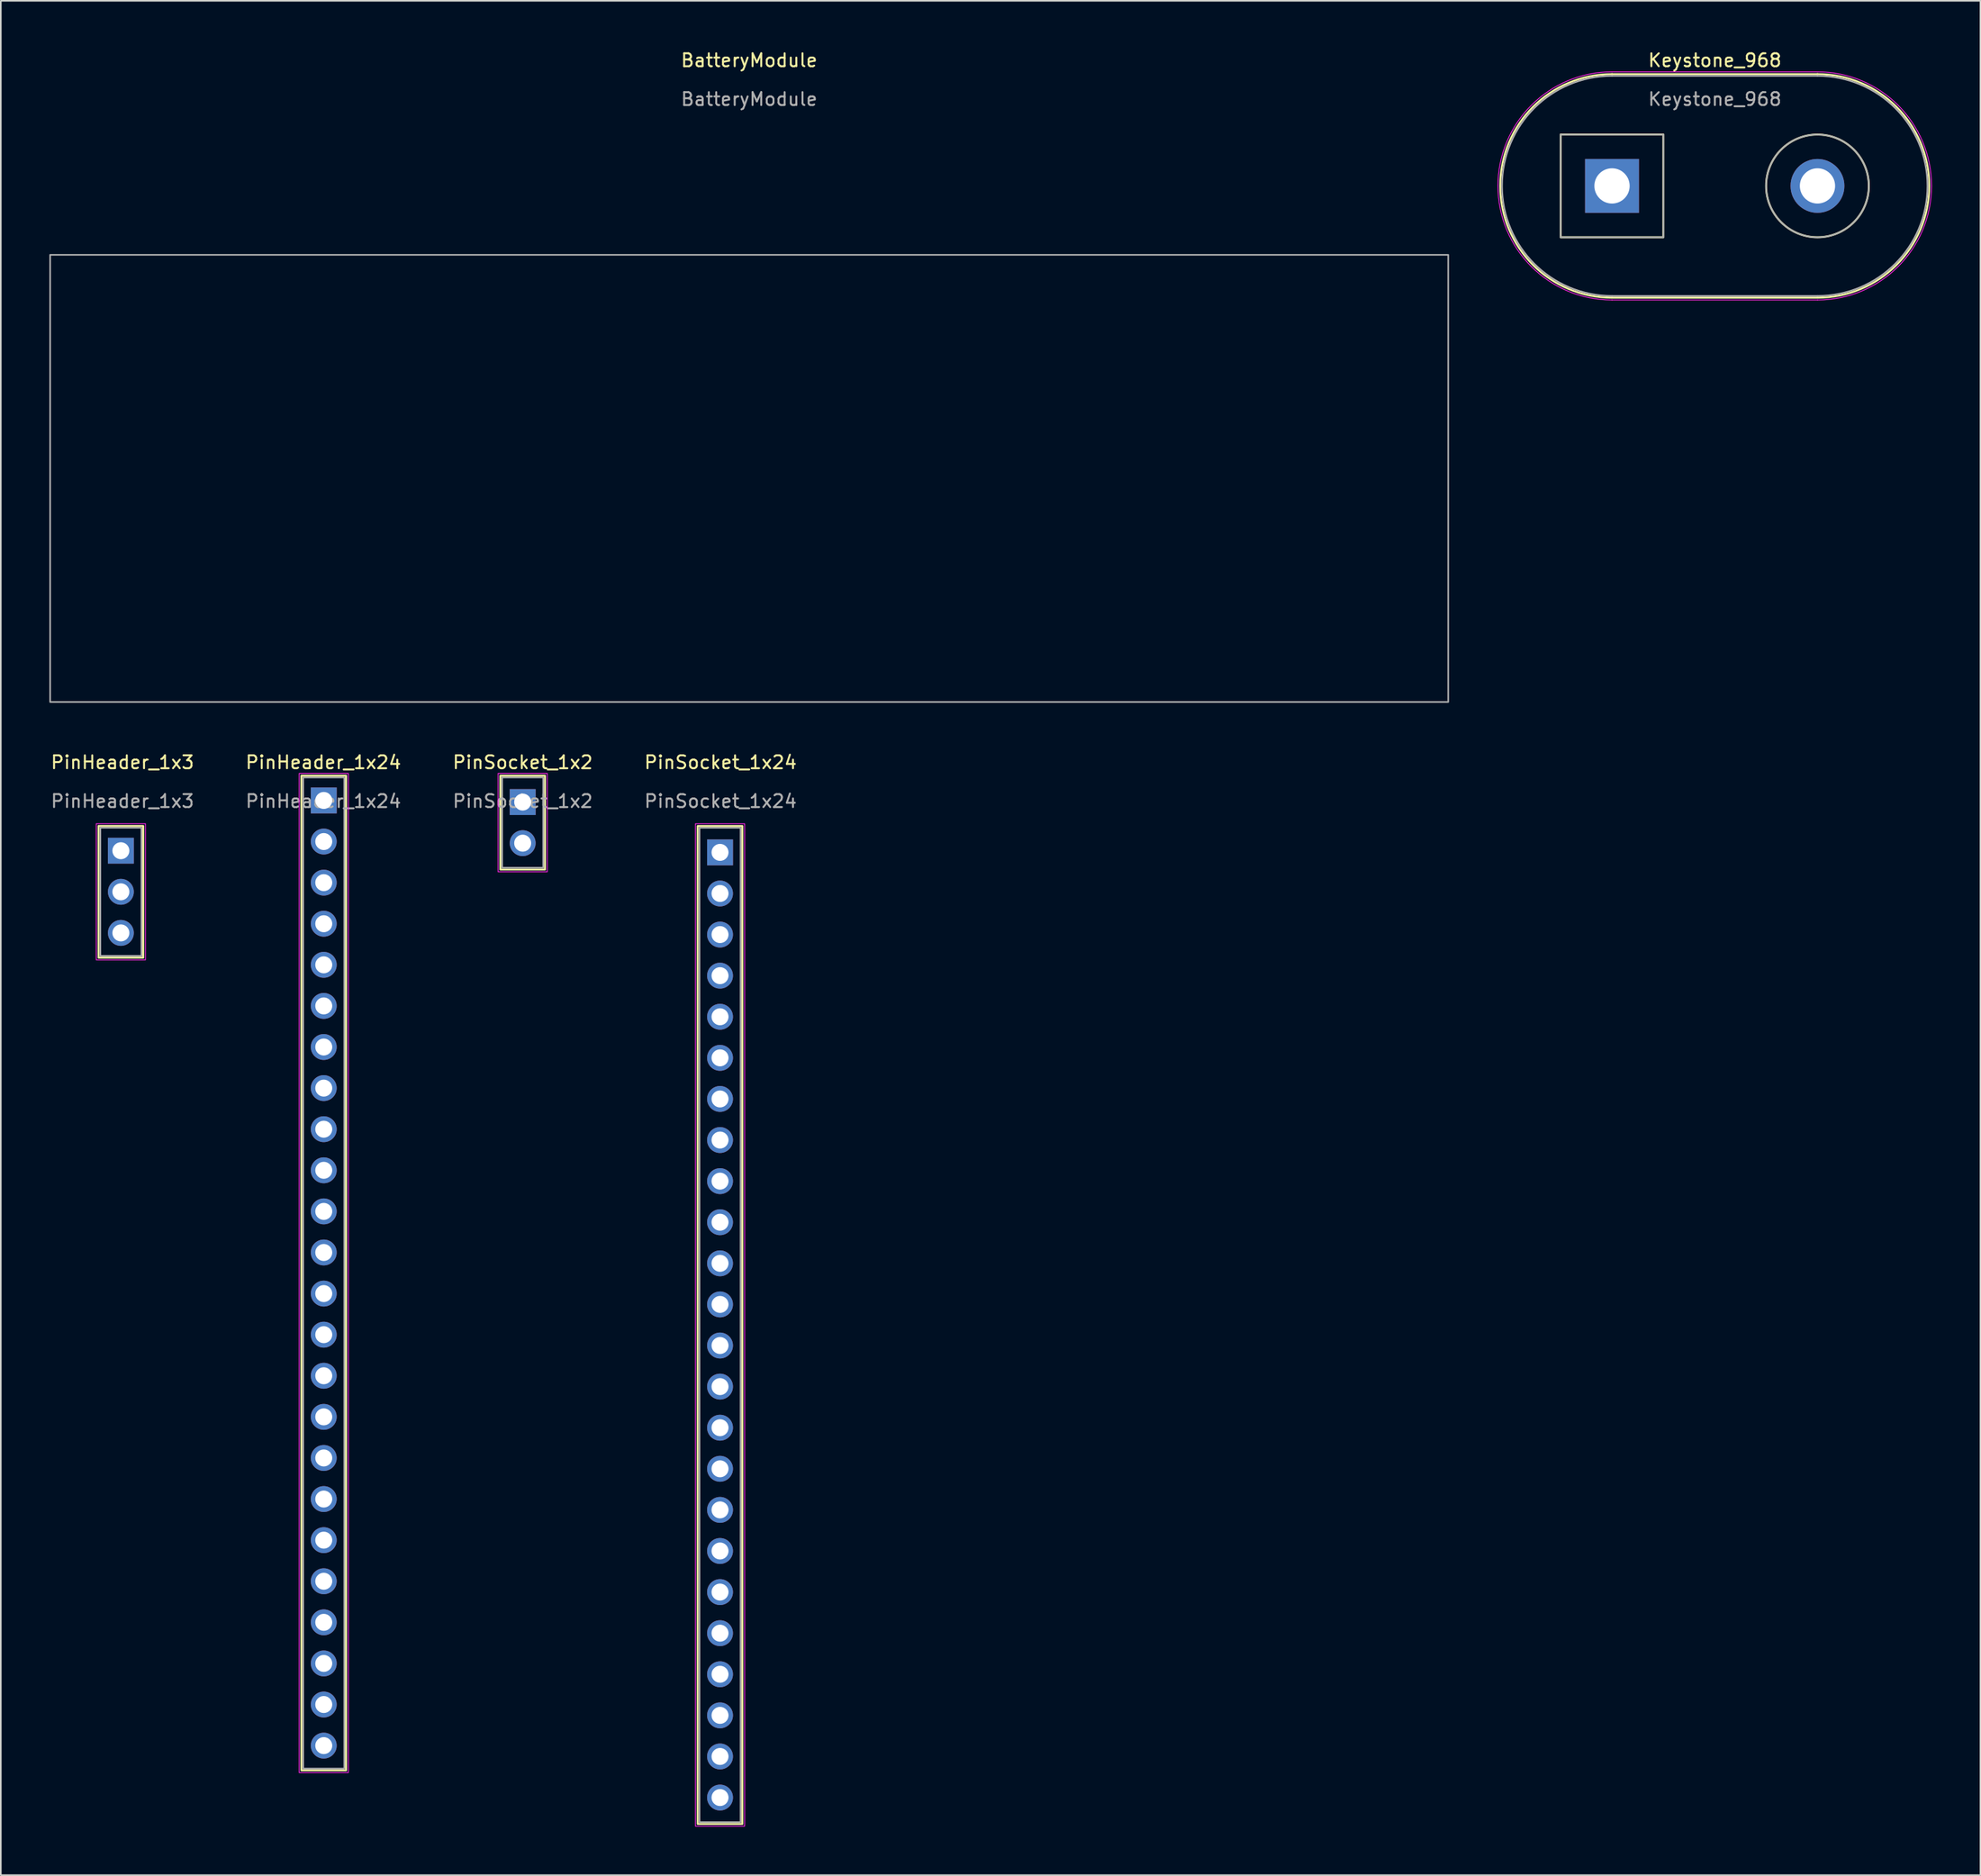
<source format=kicad_pcb>
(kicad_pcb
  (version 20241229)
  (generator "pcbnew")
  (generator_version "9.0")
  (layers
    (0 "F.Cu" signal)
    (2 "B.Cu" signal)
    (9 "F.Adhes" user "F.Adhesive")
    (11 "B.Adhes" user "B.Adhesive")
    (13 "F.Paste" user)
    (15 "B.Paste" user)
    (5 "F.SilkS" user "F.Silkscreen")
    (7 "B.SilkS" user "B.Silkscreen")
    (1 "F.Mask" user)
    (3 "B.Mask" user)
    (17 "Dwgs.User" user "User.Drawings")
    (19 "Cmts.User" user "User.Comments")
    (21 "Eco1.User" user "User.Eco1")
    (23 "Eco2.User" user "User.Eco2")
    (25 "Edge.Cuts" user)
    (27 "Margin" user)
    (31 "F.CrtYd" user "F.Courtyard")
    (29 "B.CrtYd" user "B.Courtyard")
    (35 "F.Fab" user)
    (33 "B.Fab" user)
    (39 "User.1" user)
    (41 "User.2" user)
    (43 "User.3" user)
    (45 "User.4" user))
  (footprint "PinSocket_1x24"
    (layer "F.Cu")
    (at 41.458 78.845)
    (property "Reference" "PinSocket_1x24" (at 0.033 -34.775 0) (unlocked yes) (layer "F.SilkS") (effects (font (size 0.8 0.8) (thickness 0.12))))
    (attr through_hole)
    (fp_rect (start -1.38 -30.84) (end 1.38 30.84) (stroke (width 0.12) (type default)) (fill no) (layer "F.SilkS"))
    (fp_rect (start -1.52 -30.98) (end 1.52 30.98) (stroke (width 0.05) (type default)) (fill no) (layer "F.CrtYd"))
    (fp_rect (start -1.27 -30.73) (end 1.27 30.73) (stroke (width 0.1) (type default)) (fill no) (layer "F.Fab"))
    (fp_text user "${REFERENCE}" (at 0.033 -32.375 0) (unlocked yes) (layer "F.Fab") (effects (font (size 0.8 0.8) (thickness 0.12))))
    (pad "1" thru_hole rect (at 0 -29.21) (size 1.6 1.6) (drill 1.05) (layers "*.Cu" "*.Mask"))
    (pad "2" thru_hole circle (at 0 -26.67) (size 1.6 1.6) (drill 1.05) (layers "*.Cu" "*.Mask"))
    (pad "3" thru_hole circle (at 0 -24.13) (size 1.6 1.6) (drill 1.05) (layers "*.Cu" "*.Mask"))
    (pad "4" thru_hole circle (at 0 -21.59) (size 1.6 1.6) (drill 1.05) (layers "*.Cu" "*.Mask"))
    (pad "5" thru_hole circle (at 0 -19.05) (size 1.6 1.6) (drill 1.05) (layers "*.Cu" "*.Mask"))
    (pad "6" thru_hole circle (at 0 -16.51) (size 1.6 1.6) (drill 1.05) (layers "*.Cu" "*.Mask"))
    (pad "7" thru_hole circle (at 0 -13.97) (size 1.6 1.6) (drill 1.05) (layers "*.Cu" "*.Mask"))
    (pad "8" thru_hole circle (at 0 -11.43) (size 1.6 1.6) (drill 1.05) (layers "*.Cu" "*.Mask"))
    (pad "9" thru_hole circle (at 0 -8.89) (size 1.6 1.6) (drill 1.05) (layers "*.Cu" "*.Mask"))
    (pad "10" thru_hole circle (at 0 -6.35) (size 1.6 1.6) (drill 1.05) (layers "*.Cu" "*.Mask"))
    (pad "11" thru_hole circle (at 0 -3.81) (size 1.6 1.6) (drill 1.05) (layers "*.Cu" "*.Mask"))
    (pad "12" thru_hole circle (at 0 -1.27) (size 1.6 1.6) (drill 1.05) (layers "*.Cu" "*.Mask"))
    (pad "13" thru_hole circle (at 0 1.27) (size 1.6 1.6) (drill 1.05) (layers "*.Cu" "*.Mask"))
    (pad "14" thru_hole circle (at 0 3.81) (size 1.6 1.6) (drill 1.05) (layers "*.Cu" "*.Mask"))
    (pad "15" thru_hole circle (at 0 6.35) (size 1.6 1.6) (drill 1.05) (layers "*.Cu" "*.Mask"))
    (pad "16" thru_hole circle (at 0 8.89) (size 1.6 1.6) (drill 1.05) (layers "*.Cu" "*.Mask"))
    (pad "17" thru_hole circle (at 0 11.43) (size 1.6 1.6) (drill 1.05) (layers "*.Cu" "*.Mask"))
    (pad "18" thru_hole circle (at 0 13.97) (size 1.6 1.6) (drill 1.05) (layers "*.Cu" "*.Mask"))
    (pad "19" thru_hole circle (at 0 16.51) (size 1.6 1.6) (drill 1.05) (layers "*.Cu" "*.Mask"))
    (pad "20" thru_hole circle (at 0 19.05) (size 1.6 1.6) (drill 1.05) (layers "*.Cu" "*.Mask"))
    (pad "21" thru_hole circle (at 0 21.59) (size 1.6 1.6) (drill 1.05) (layers "*.Cu" "*.Mask"))
    (pad "22" thru_hole circle (at 0 24.13) (size 1.6 1.6) (drill 1.05) (layers "*.Cu" "*.Mask"))
    (pad "23" thru_hole circle (at 0 26.67) (size 1.6 1.6) (drill 1.05) (layers "*.Cu" "*.Mask"))
    (pad "24" thru_hole circle (at 0 29.21) (size 1.6 1.6) (drill 1.05) (layers "*.Cu" "*.Mask")))
  (footprint "BatteryModule"
    (layer "F.Cu")
    (at 43.26 26.521)
    (property "Reference" "BatteryModule" (at 0 -25.843 0) (unlocked yes) (layer "F.SilkS") (effects (font (size 0.8 0.8) (thickness 0.12))))
    (attr through_hole)
    (fp_rect (start -43.21 -13.82) (end 43.21 13.82) (stroke (width 0.1) (type default)) (fill no) (layer "F.Fab"))
    (fp_text user "${REFERENCE}" (at 0 -23.442 0) (unlocked yes) (layer "F.Fab") (effects (font (size 0.8 0.8) (thickness 0.12))))
    (zone (net_name "") (layer "Cmts.User") (hatch edge 0.5) (connect_pads) (min_thickness 0.25) (filled_areas_thickness no) (keepout (tracks not_allowed) (vias not_allowed) (pads not_allowed) (copperpour not_allowed) (footprints not_allowed)) (placement (enabled no)) (fill) (polygon (pts (xy 12.145 18.306) (xy 12.145 22.036) (xy 15.875 22.036) (xy 15.875 18.306))))
    (zone (net_name "") (layer "Cmts.User") (hatch edge 0.5) (connect_pads) (min_thickness 0.25) (filled_areas_thickness no) (keepout (tracks not_allowed) (vias not_allowed) (pads not_allowed) (copperpour not_allowed) (footprints not_allowed)) (placement (enabled no)) (fill) (polygon (pts (xy 12.145 31.006) (xy 12.145 34.736) (xy 15.875 34.736) (xy 15.875 31.006))))
    (zone (net_name "") (layer "Cmts.User") (hatch edge 0.5) (connect_pads) (min_thickness 0.25) (filled_areas_thickness no) (keepout (tracks not_allowed) (vias not_allowed) (pads not_allowed) (copperpour not_allowed) (footprints not_allowed)) (placement (enabled no)) (fill) (polygon (pts (xy 31.645 18.306) (xy 31.645 22.036) (xy 35.375 22.036) (xy 35.375 18.306))))
    (zone (net_name "") (layer "Cmts.User") (hatch edge 0.5) (connect_pads) (min_thickness 0.25) (filled_areas_thickness no) (keepout (tracks not_allowed) (vias not_allowed) (pads not_allowed) (copperpour not_allowed) (footprints not_allowed)) (placement (enabled no)) (fill) (polygon (pts (xy 31.645 31.006) (xy 31.645 34.736) (xy 35.375 34.736) (xy 35.375 31.006))))
    (zone (net_name "") (layer "Cmts.User") (hatch edge 0.5) (connect_pads) (min_thickness 0.25) (filled_areas_thickness no) (keepout (tracks not_allowed) (vias not_allowed) (pads not_allowed) (copperpour not_allowed) (footprints not_allowed)) (placement (enabled no)) (fill) (polygon (pts (xy 51.145 18.306) (xy 51.145 22.036) (xy 54.875 22.036) (xy 54.875 18.306))))
    (zone (net_name "") (layer "Cmts.User") (hatch edge 0.5) (connect_pads) (min_thickness 0.25) (filled_areas_thickness no) (keepout (tracks not_allowed) (vias not_allowed) (pads not_allowed) (copperpour not_allowed) (footprints not_allowed)) (placement (enabled no)) (fill) (polygon (pts (xy 51.145 31.006) (xy 51.145 34.736) (xy 54.875 34.736) (xy 54.875 31.006))))
    (zone (net_name "") (layer "Cmts.User") (hatch edge 0.5) (connect_pads) (min_thickness 0.25) (filled_areas_thickness no) (keepout (tracks not_allowed) (vias not_allowed) (pads not_allowed) (copperpour not_allowed) (footprints not_allowed)) (placement (enabled no)) (fill) (polygon (pts (xy 70.645 18.306) (xy 70.645 22.036) (xy 74.375 22.036) (xy 74.375 18.306))))
    (zone (net_name "") (layer "Cmts.User") (hatch edge 0.5) (connect_pads) (min_thickness 0.25) (filled_areas_thickness no) (keepout (tracks not_allowed) (vias not_allowed) (pads not_allowed) (copperpour not_allowed) (footprints not_allowed)) (placement (enabled no)) (fill) (polygon (pts (xy 70.645 31.006) (xy 70.645 34.736) (xy 74.375 34.736) (xy 74.375 31.006)))))
  (footprint "Keystone_968"
    (layer "F.Cu")
    (at 102.945 8.441)
    (property "Reference" "Keystone_968" (at 0.007 -7.763 0) (unlocked yes) (layer "F.SilkS") (effects (font (size 0.8 0.8) (thickness 0.12))))
    (attr through_hole)
    (fp_line (start -6.35 6.91) (end 6.35 6.91) (stroke (width 0.12) (type default)) (layer "F.SilkS"))
    (fp_line (start 6.35 -6.91) (end -6.35 -6.91) (stroke (width 0.12) (type default)) (layer "F.SilkS"))
    (fp_rect (start -9.525 -3.175) (end -3.175 3.175) (stroke (width 0.12) (type default)) (fill no) (layer "F.SilkS"))
    (fp_arc (start -6.35 6.91) (mid -13.26 0) (end -6.35 -6.91) (stroke (width 0.12) (type default)) (layer "F.SilkS"))
    (fp_arc (start 6.35 -6.91) (mid 13.26 0) (end 6.35 6.91) (stroke (width 0.12) (type default)) (layer "F.SilkS"))
    (fp_circle (center 6.35 0) (end 9.525 0) (stroke (width 0.12) (type default)) (fill no) (layer "F.SilkS"))
    (fp_line (start -6.35 7.05) (end 6.35 7.05) (stroke (width 0.05) (type default)) (layer "F.CrtYd"))
    (fp_line (start 6.35 -7.05) (end -6.35 -7.05) (stroke (width 0.05) (type default)) (layer "F.CrtYd"))
    (fp_arc (start -6.35 7.05) (mid -13.4 0) (end -6.35 -7.05) (stroke (width 0.05) (type default)) (layer "F.CrtYd"))
    (fp_arc (start 6.35 -7.05) (mid 13.4 0) (end 6.35 7.05) (stroke (width 0.05) (type default)) (layer "F.CrtYd"))
    (fp_line (start -6.35 6.8) (end 6.35 6.8) (stroke (width 0.1) (type default)) (layer "F.Fab"))
    (fp_line (start 6.35 -6.8) (end -6.35 -6.8) (stroke (width 0.1) (type default)) (layer "F.Fab"))
    (fp_rect (start -9.525 -3.175) (end -3.175 3.175) (stroke (width 0.1) (type default)) (fill no) (layer "F.Fab"))
    (fp_arc (start -6.35 6.8) (mid -13.15 0) (end -6.35 -6.8) (stroke (width 0.1) (type default)) (layer "F.Fab"))
    (fp_arc (start 6.35 -6.8) (mid 13.15 0) (end 6.35 6.8) (stroke (width 0.1) (type default)) (layer "F.Fab"))
    (fp_circle (center 6.35 0) (end 9.525 0) (stroke (width 0.1) (type default)) (fill no) (layer "F.Fab"))
    (fp_text user "${REFERENCE}" (at 0.007 -5.362 0) (unlocked yes) (layer "F.Fab") (effects (font (size 0.8 0.8) (thickness 0.12))))
    (pad "1" thru_hole rect (at -6.35 0) (size 3.33 3.33) (drill 2.18) (layers "*.Cu" "*.Mask"))
    (pad "2" thru_hole circle (at 6.35 0) (size 3.33 3.33) (drill 2.18) (layers "*.Cu" "*.Mask")))
  (footprint "PinHeader_1x3"
    (layer "F.Cu")
    (at 4.422 52.072)
    (property "Reference" "PinHeader_1x3" (at 0.098 -8.002 0) (unlocked yes) (layer "F.SilkS") (effects (font (size 0.8 0.8) (thickness 0.12))))
    (attr through_hole)
    (fp_rect (start -1.38 -4.07) (end 1.38 4.07) (stroke (width 0.12) (type default)) (fill no) (layer "F.SilkS"))
    (fp_rect (start -1.52 -4.21) (end 1.52 4.21) (stroke (width 0.05) (type default)) (fill no) (layer "F.CrtYd"))
    (fp_rect (start -1.27 -3.96) (end 1.27 3.96) (stroke (width 0.1) (type default)) (fill no) (layer "F.Fab"))
    (fp_text user "${REFERENCE}" (at 0.098 -5.603 0) (unlocked yes) (layer "F.Fab") (effects (font (size 0.8 0.8) (thickness 0.12))))
    (pad "1" thru_hole rect (at 0 -2.54) (size 1.6 1.6) (drill 1.05) (layers "*.Cu" "*.Mask"))
    (pad "2" thru_hole circle (at 0 0) (size 1.6 1.6) (drill 1.05) (layers "*.Cu" "*.Mask"))
    (pad "3" thru_hole circle (at 0 2.54) (size 1.6 1.6) (drill 1.05) (layers "*.Cu" "*.Mask")))
  (footprint "PinSocket_1x2"
    (layer "F.Cu")
    (at 29.259 47.795)
    (property "Reference" "PinSocket_1x2" (at 0.003 -3.725 0) (unlocked yes) (layer "F.SilkS") (effects (font (size 0.8 0.8) (thickness 0.12))))
    (attr through_hole)
    (fp_rect (start -1.38 -2.9) (end 1.38 2.9) (stroke (width 0.12) (type default)) (fill no) (layer "F.SilkS"))
    (fp_rect (start -1.52 -3.04) (end 1.52 3.04) (stroke (width 0.05) (type default)) (fill no) (layer "F.CrtYd"))
    (fp_rect (start -1.27 -2.79) (end 1.27 2.79) (stroke (width 0.1) (type default)) (fill no) (layer "F.Fab"))
    (fp_text user "${REFERENCE}" (at 0.003 -1.325 0) (unlocked yes) (layer "F.Fab") (effects (font (size 0.8 0.8) (thickness 0.12))))
    (pad "1" thru_hole rect (at 0 -1.27) (size 1.6 1.6) (drill 1.05) (layers "*.Cu" "*.Mask"))
    (pad "2" thru_hole circle (at 0 1.27) (size 1.6 1.6) (drill 1.05) (layers "*.Cu" "*.Mask")))
  (footprint "PinHeader_1x24"
    (layer "F.Cu")
    (at 16.963 75.635)
    (property "Reference" "PinHeader_1x24" (at -0.025 -31.565 0) (unlocked yes) (layer "F.SilkS") (effects (font (size 0.8 0.8) (thickness 0.12))))
    (attr through_hole)
    (fp_rect (start -1.38 -30.74) (end 1.38 30.74) (stroke (width 0.12) (type default)) (fill no) (layer "F.SilkS"))
    (fp_rect (start -1.52 -30.88) (end 1.52 30.88) (stroke (width 0.05) (type default)) (fill no) (layer "F.CrtYd"))
    (fp_rect (start -1.27 -30.63) (end 1.27 30.63) (stroke (width 0.1) (type default)) (fill no) (layer "F.Fab"))
    (fp_text user "${REFERENCE}" (at -0.025 -29.165 0) (unlocked yes) (layer "F.Fab") (effects (font (size 0.8 0.8) (thickness 0.12))))
    (pad "1" thru_hole rect (at 0 -29.21) (size 1.6 1.6) (drill 1.05) (layers "*.Cu" "*.Mask"))
    (pad "2" thru_hole circle (at 0 -26.67) (size 1.6 1.6) (drill 1.05) (layers "*.Cu" "*.Mask"))
    (pad "3" thru_hole circle (at 0 -24.13) (size 1.6 1.6) (drill 1.05) (layers "*.Cu" "*.Mask"))
    (pad "4" thru_hole circle (at 0 -21.59) (size 1.6 1.6) (drill 1.05) (layers "*.Cu" "*.Mask"))
    (pad "5" thru_hole circle (at 0 -19.05) (size 1.6 1.6) (drill 1.05) (layers "*.Cu" "*.Mask"))
    (pad "6" thru_hole circle (at 0 -16.51) (size 1.6 1.6) (drill 1.05) (layers "*.Cu" "*.Mask"))
    (pad "7" thru_hole circle (at 0 -13.97) (size 1.6 1.6) (drill 1.05) (layers "*.Cu" "*.Mask"))
    (pad "8" thru_hole circle (at 0 -11.43) (size 1.6 1.6) (drill 1.05) (layers "*.Cu" "*.Mask"))
    (pad "9" thru_hole circle (at 0 -8.89) (size 1.6 1.6) (drill 1.05) (layers "*.Cu" "*.Mask"))
    (pad "10" thru_hole circle (at 0 -6.35) (size 1.6 1.6) (drill 1.05) (layers "*.Cu" "*.Mask"))
    (pad "11" thru_hole circle (at 0 -3.81) (size 1.6 1.6) (drill 1.05) (layers "*.Cu" "*.Mask"))
    (pad "12" thru_hole circle (at 0 -1.27) (size 1.6 1.6) (drill 1.05) (layers "*.Cu" "*.Mask"))
    (pad "13" thru_hole circle (at 0 1.27) (size 1.6 1.6) (drill 1.05) (layers "*.Cu" "*.Mask"))
    (pad "14" thru_hole circle (at 0 3.81) (size 1.6 1.6) (drill 1.05) (layers "*.Cu" "*.Mask"))
    (pad "15" thru_hole circle (at 0 6.35) (size 1.6 1.6) (drill 1.05) (layers "*.Cu" "*.Mask"))
    (pad "16" thru_hole circle (at 0 8.89) (size 1.6 1.6) (drill 1.05) (layers "*.Cu" "*.Mask"))
    (pad "17" thru_hole circle (at 0 11.43) (size 1.6 1.6) (drill 1.05) (layers "*.Cu" "*.Mask"))
    (pad "18" thru_hole circle (at 0 13.97) (size 1.6 1.6) (drill 1.05) (layers "*.Cu" "*.Mask"))
    (pad "19" thru_hole circle (at 0 16.51) (size 1.6 1.6) (drill 1.05) (layers "*.Cu" "*.Mask"))
    (pad "20" thru_hole circle (at 0 19.05) (size 1.6 1.6) (drill 1.05) (layers "*.Cu" "*.Mask"))
    (pad "21" thru_hole circle (at 0 21.59) (size 1.6 1.6) (drill 1.05) (layers "*.Cu" "*.Mask"))
    (pad "22" thru_hole circle (at 0 24.13) (size 1.6 1.6) (drill 1.05) (layers "*.Cu" "*.Mask"))
    (pad "23" thru_hole circle (at 0 26.67) (size 1.6 1.6) (drill 1.05) (layers "*.Cu" "*.Mask"))
    (pad "24" thru_hole circle (at 0 29.21) (size 1.6 1.6) (drill 1.05) (layers "*.Cu" "*.Mask")))
  (gr_rect
    (start -3 -3)
    (end 119.37 112.85)
    (stroke (width 0.1) (type default))
    (fill no)
    (layer "Edge.Cuts")))
</source>
